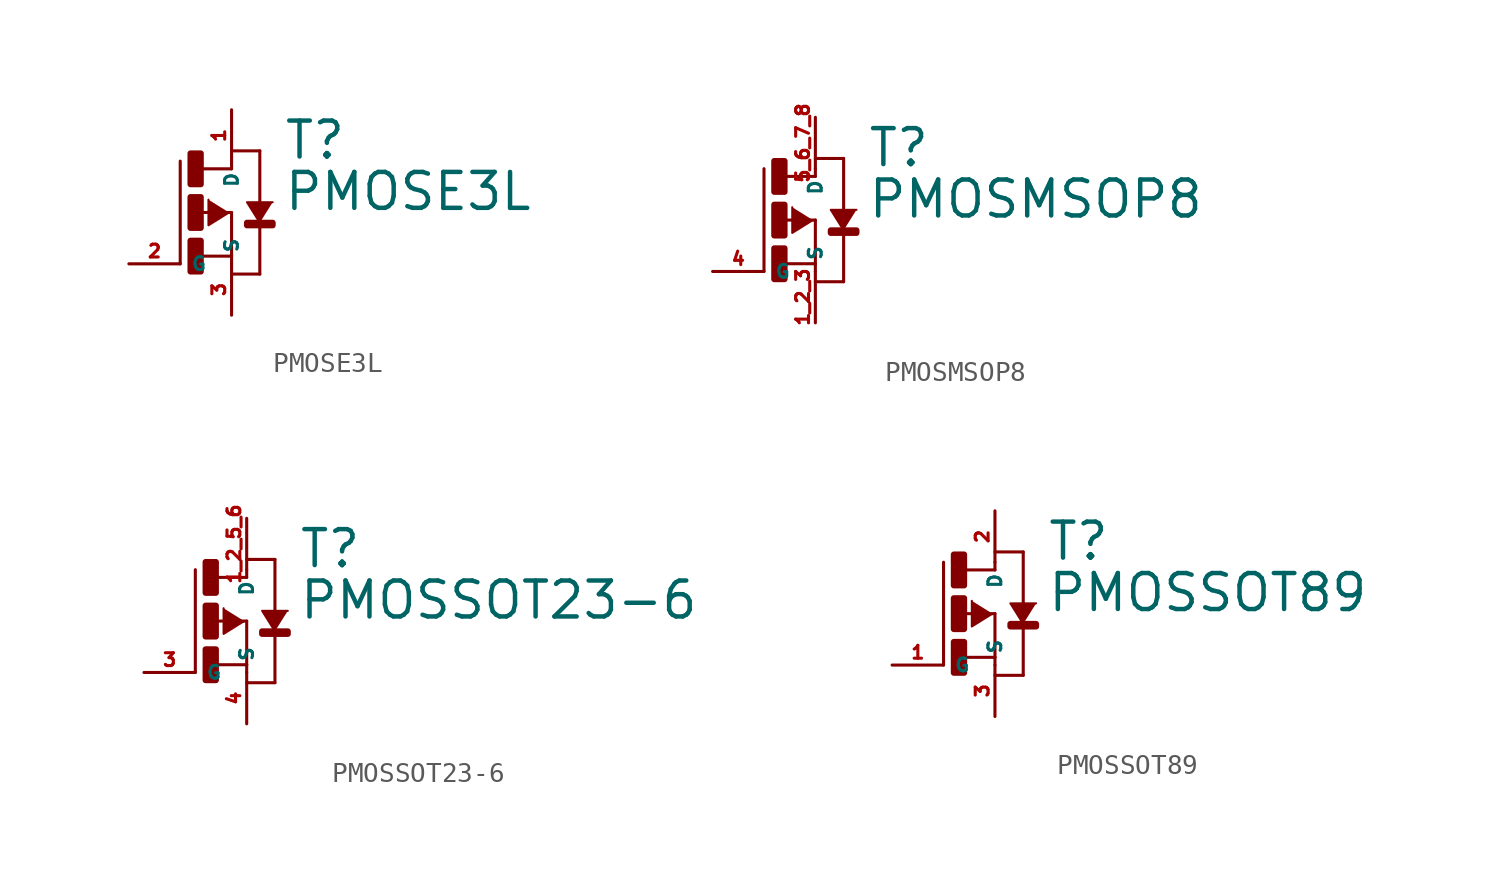
<source format=kicad_sym>
(kicad_symbol_lib
  (version 20220914)
  (generator Eagle2Kicad)
  (symbol "PMOSE3L"
    (property "Reference" "T"
      (at 2.54 2.54 0)
      (effects (font (size 1.778 1.778) (thickness 0.22)) (justify left bottom)))
    (property "Value" "PMOSE3L"
      (at 2.54 0 0)
      (effects (font (size 1.778 1.778) (thickness 0.22)) (justify left bottom)))
    (polyline
      (pts (xy -0.127 0) (xy -1.143 -0.635) (xy -1.143 0.635))
      (stroke (width 0.102) (type default))
      (fill (type outline)))
    (polyline
      (pts (xy 1.397 -0.508) (xy 0.762 0.508) (xy 2.032 0.508))
      (stroke (width 0.102) (type default))
      (fill (type outline)))
    (polyline
      (pts (xy -1.651 0) (xy 0 0))
      (stroke (width 0.152) (type default))
      (fill (type none)))
    (polyline
      (pts (xy -1.524 -2.159) (xy 0 -2.159))
      (stroke (width 0.152) (type default))
      (fill (type none)))
    (polyline
      (pts (xy -2.54 -2.54) (xy -2.54 2.54))
      (stroke (width 0.152) (type default))
      (fill (type none)))
    (polyline
      (pts (xy 0 0) (xy 0 -2.159))
      (stroke (width 0.152) (type default))
      (fill (type none)))
    (polyline
      (pts (xy 1.397 -0.508) (xy 1.397 -3.048))
      (stroke (width 0.152) (type default))
      (fill (type none)))
    (polyline
      (pts (xy 1.397 -3.048) (xy 0 -3.048))
      (stroke (width 0.152) (type default))
      (fill (type none)))
    (polyline
      (pts (xy -1.524 2.159) (xy 0 2.159))
      (stroke (width 0.152) (type default))
      (fill (type none)))
    (polyline
      (pts (xy 0 2.159) (xy 0 2.54))
      (stroke (width 0.152) (type default))
      (fill (type none)))
    (polyline
      (pts (xy 0 3.048) (xy 1.397 3.048))
      (stroke (width 0.152) (type default))
      (fill (type none)))
    (polyline
      (pts (xy 1.397 3.048) (xy 1.397 0.381))
      (stroke (width 0.152) (type default))
      (fill (type none)))
    (polyline
      (pts (xy 0 -2.159) (xy 0 -2.54))
      (stroke (width 0.152) (type default))
      (fill (type none)))
    (rectangle
      (start -2.032 1.397)
      (end -1.524 2.921)
      (stroke (width 0.3) (type default))
      (fill (type outline)))
    (rectangle
      (start -2.032 -0.762)
      (end -1.524 0.762)
      (stroke (width 0.3) (type default))
      (fill (type outline)))
    (rectangle
      (start -2.032 -2.921)
      (end -1.524 -1.397)
      (stroke (width 0.3) (type default))
      (fill (type outline)))
    (rectangle
      (start 0.762 -0.635)
      (end 2.032 -0.508)
      (stroke (width 0.3) (type default))
      (fill (type outline)))
    (pin passive line
      (at 0 5.08 270)
      (length 2.54)
      (name "D" (effects (font (size 0.635 0.635) (thickness 0.08)) (justify left bottom)))
      (number "1" (effects (font (size 0.635 0.635) (thickness 0.08)) (justify left bottom))))
    (pin passive line
      (at 0 -5.08 90)
      (length 2.54)
      (name "S" (effects (font (size 0.635 0.635) (thickness 0.08)) (justify left bottom)))
      (number "3" (effects (font (size 0.635 0.635) (thickness 0.08)) (justify left bottom))))
    (pin passive line
      (at -5.08 -2.54 0)
      (length 2.54)
      (name "G" (effects (font (size 0.635 0.635) (thickness 0.08)) (justify left bottom)))
      (number "2" (effects (font (size 0.635 0.635) (thickness 0.08)) (justify left bottom)))))
  (symbol "PMOSMSOP8"
    (property "Reference" "T"
      (at 2.54 2.54 0)
      (effects (font (size 1.778 1.778) (thickness 0.22)) (justify left bottom)))
    (property "Value" "PMOSMSOP8"
      (at 2.54 0 0)
      (effects (font (size 1.778 1.778) (thickness 0.22)) (justify left bottom)))
    (polyline
      (pts (xy -0.127 0) (xy -1.143 -0.635) (xy -1.143 0.635))
      (stroke (width 0.102) (type default))
      (fill (type outline)))
    (polyline
      (pts (xy 1.397 -0.508) (xy 0.762 0.508) (xy 2.032 0.508))
      (stroke (width 0.102) (type default))
      (fill (type outline)))
    (polyline
      (pts (xy -1.651 0) (xy 0 0))
      (stroke (width 0.152) (type default))
      (fill (type none)))
    (polyline
      (pts (xy -1.524 -2.159) (xy 0 -2.159))
      (stroke (width 0.152) (type default))
      (fill (type none)))
    (polyline
      (pts (xy -2.54 -2.54) (xy -2.54 2.54))
      (stroke (width 0.152) (type default))
      (fill (type none)))
    (polyline
      (pts (xy 0 0) (xy 0 -2.159))
      (stroke (width 0.152) (type default))
      (fill (type none)))
    (polyline
      (pts (xy 1.397 -0.508) (xy 1.397 -3.048))
      (stroke (width 0.152) (type default))
      (fill (type none)))
    (polyline
      (pts (xy 1.397 -3.048) (xy 0 -3.048))
      (stroke (width 0.152) (type default))
      (fill (type none)))
    (polyline
      (pts (xy -1.524 2.159) (xy 0 2.159))
      (stroke (width 0.152) (type default))
      (fill (type none)))
    (polyline
      (pts (xy 0 2.159) (xy 0 2.54))
      (stroke (width 0.152) (type default))
      (fill (type none)))
    (polyline
      (pts (xy 0 3.048) (xy 1.397 3.048))
      (stroke (width 0.152) (type default))
      (fill (type none)))
    (polyline
      (pts (xy 1.397 3.048) (xy 1.397 0.381))
      (stroke (width 0.152) (type default))
      (fill (type none)))
    (polyline
      (pts (xy 0 -2.159) (xy 0 -2.54))
      (stroke (width 0.152) (type default))
      (fill (type none)))
    (rectangle
      (start -2.032 1.397)
      (end -1.524 2.921)
      (stroke (width 0.3) (type default))
      (fill (type outline)))
    (rectangle
      (start -2.032 -0.762)
      (end -1.524 0.762)
      (stroke (width 0.3) (type default))
      (fill (type outline)))
    (rectangle
      (start -2.032 -2.921)
      (end -1.524 -1.397)
      (stroke (width 0.3) (type default))
      (fill (type outline)))
    (rectangle
      (start 0.762 -0.635)
      (end 2.032 -0.508)
      (stroke (width 0.3) (type default))
      (fill (type outline)))
    (pin passive line
      (at 0 5.08 270)
      (length 2.54)
      (name "D" (effects (font (size 0.635 0.635) (thickness 0.08)) (justify left bottom)))
      (number "5 6 7 8" (effects (font (size 0.635 0.635) (thickness 0.08)) (justify left bottom))))
    (pin passive line
      (at 0 -5.08 90)
      (length 2.54)
      (name "S" (effects (font (size 0.635 0.635) (thickness 0.08)) (justify left bottom)))
      (number "1 2 3" (effects (font (size 0.635 0.635) (thickness 0.08)) (justify left bottom))))
    (pin passive line
      (at -5.08 -2.54 0)
      (length 2.54)
      (name "G" (effects (font (size 0.635 0.635) (thickness 0.08)) (justify left bottom)))
      (number "4" (effects (font (size 0.635 0.635) (thickness 0.08)) (justify left bottom)))))
  (symbol "PMOSSOT23-6"
    (property "Reference" "T"
      (at 2.54 2.54 0)
      (effects (font (size 1.778 1.778) (thickness 0.22)) (justify left bottom)))
    (property "Value" "PMOSSOT23-6"
      (at 2.54 0 0)
      (effects (font (size 1.778 1.778) (thickness 0.22)) (justify left bottom)))
    (polyline
      (pts (xy -0.127 0) (xy -1.143 -0.635) (xy -1.143 0.635))
      (stroke (width 0.102) (type default))
      (fill (type outline)))
    (polyline
      (pts (xy 1.397 -0.508) (xy 0.762 0.508) (xy 2.032 0.508))
      (stroke (width 0.102) (type default))
      (fill (type outline)))
    (polyline
      (pts (xy -1.651 0) (xy 0 0))
      (stroke (width 0.152) (type default))
      (fill (type none)))
    (polyline
      (pts (xy -1.524 -2.159) (xy 0 -2.159))
      (stroke (width 0.152) (type default))
      (fill (type none)))
    (polyline
      (pts (xy -2.54 -2.54) (xy -2.54 2.54))
      (stroke (width 0.152) (type default))
      (fill (type none)))
    (polyline
      (pts (xy 0 0) (xy 0 -2.159))
      (stroke (width 0.152) (type default))
      (fill (type none)))
    (polyline
      (pts (xy 1.397 -0.508) (xy 1.397 -3.048))
      (stroke (width 0.152) (type default))
      (fill (type none)))
    (polyline
      (pts (xy 1.397 -3.048) (xy 0 -3.048))
      (stroke (width 0.152) (type default))
      (fill (type none)))
    (polyline
      (pts (xy -1.524 2.159) (xy 0 2.159))
      (stroke (width 0.152) (type default))
      (fill (type none)))
    (polyline
      (pts (xy 0 2.159) (xy 0 2.54))
      (stroke (width 0.152) (type default))
      (fill (type none)))
    (polyline
      (pts (xy 0 3.048) (xy 1.397 3.048))
      (stroke (width 0.152) (type default))
      (fill (type none)))
    (polyline
      (pts (xy 1.397 3.048) (xy 1.397 0.381))
      (stroke (width 0.152) (type default))
      (fill (type none)))
    (polyline
      (pts (xy 0 -2.159) (xy 0 -2.54))
      (stroke (width 0.152) (type default))
      (fill (type none)))
    (rectangle
      (start -2.032 1.397)
      (end -1.524 2.921)
      (stroke (width 0.3) (type default))
      (fill (type outline)))
    (rectangle
      (start -2.032 -0.762)
      (end -1.524 0.762)
      (stroke (width 0.3) (type default))
      (fill (type outline)))
    (rectangle
      (start -2.032 -2.921)
      (end -1.524 -1.397)
      (stroke (width 0.3) (type default))
      (fill (type outline)))
    (rectangle
      (start 0.762 -0.635)
      (end 2.032 -0.508)
      (stroke (width 0.3) (type default))
      (fill (type outline)))
    (pin passive line
      (at 0 5.08 270)
      (length 2.54)
      (name "D" (effects (font (size 0.635 0.635) (thickness 0.08)) (justify left bottom)))
      (number "1 2 5 6" (effects (font (size 0.635 0.635) (thickness 0.08)) (justify left bottom))))
    (pin passive line
      (at 0 -5.08 90)
      (length 2.54)
      (name "S" (effects (font (size 0.635 0.635) (thickness 0.08)) (justify left bottom)))
      (number "4" (effects (font (size 0.635 0.635) (thickness 0.08)) (justify left bottom))))
    (pin passive line
      (at -5.08 -2.54 0)
      (length 2.54)
      (name "G" (effects (font (size 0.635 0.635) (thickness 0.08)) (justify left bottom)))
      (number "3" (effects (font (size 0.635 0.635) (thickness 0.08)) (justify left bottom)))))
  (symbol "PMOSSOT89"
    (property "Reference" "T"
      (at 2.54 2.54 0)
      (effects (font (size 1.778 1.778) (thickness 0.22)) (justify left bottom)))
    (property "Value" "PMOSSOT89"
      (at 2.54 0 0)
      (effects (font (size 1.778 1.778) (thickness 0.22)) (justify left bottom)))
    (polyline
      (pts (xy -0.127 0) (xy -1.143 -0.635) (xy -1.143 0.635))
      (stroke (width 0.102) (type default))
      (fill (type outline)))
    (polyline
      (pts (xy 1.397 -0.508) (xy 0.762 0.508) (xy 2.032 0.508))
      (stroke (width 0.102) (type default))
      (fill (type outline)))
    (polyline
      (pts (xy -1.651 0) (xy 0 0))
      (stroke (width 0.152) (type default))
      (fill (type none)))
    (polyline
      (pts (xy -1.524 -2.159) (xy 0 -2.159))
      (stroke (width 0.152) (type default))
      (fill (type none)))
    (polyline
      (pts (xy -2.54 -2.54) (xy -2.54 2.54))
      (stroke (width 0.152) (type default))
      (fill (type none)))
    (polyline
      (pts (xy 0 0) (xy 0 -2.159))
      (stroke (width 0.152) (type default))
      (fill (type none)))
    (polyline
      (pts (xy 1.397 -0.508) (xy 1.397 -3.048))
      (stroke (width 0.152) (type default))
      (fill (type none)))
    (polyline
      (pts (xy 1.397 -3.048) (xy 0 -3.048))
      (stroke (width 0.152) (type default))
      (fill (type none)))
    (polyline
      (pts (xy -1.524 2.159) (xy 0 2.159))
      (stroke (width 0.152) (type default))
      (fill (type none)))
    (polyline
      (pts (xy 0 2.159) (xy 0 2.54))
      (stroke (width 0.152) (type default))
      (fill (type none)))
    (polyline
      (pts (xy 0 3.048) (xy 1.397 3.048))
      (stroke (width 0.152) (type default))
      (fill (type none)))
    (polyline
      (pts (xy 1.397 3.048) (xy 1.397 0.381))
      (stroke (width 0.152) (type default))
      (fill (type none)))
    (polyline
      (pts (xy 0 -2.159) (xy 0 -2.54))
      (stroke (width 0.152) (type default))
      (fill (type none)))
    (rectangle
      (start -2.032 1.397)
      (end -1.524 2.921)
      (stroke (width 0.3) (type default))
      (fill (type outline)))
    (rectangle
      (start -2.032 -0.762)
      (end -1.524 0.762)
      (stroke (width 0.3) (type default))
      (fill (type outline)))
    (rectangle
      (start -2.032 -2.921)
      (end -1.524 -1.397)
      (stroke (width 0.3) (type default))
      (fill (type outline)))
    (rectangle
      (start 0.762 -0.635)
      (end 2.032 -0.508)
      (stroke (width 0.3) (type default))
      (fill (type outline)))
    (pin passive line
      (at 0 5.08 270)
      (length 2.54)
      (name "D" (effects (font (size 0.635 0.635) (thickness 0.08)) (justify left bottom)))
      (number "2" (effects (font (size 0.635 0.635) (thickness 0.08)) (justify left bottom))))
    (pin passive line
      (at 0 -5.08 90)
      (length 2.54)
      (name "S" (effects (font (size 0.635 0.635) (thickness 0.08)) (justify left bottom)))
      (number "3" (effects (font (size 0.635 0.635) (thickness 0.08)) (justify left bottom))))
    (pin passive line
      (at -5.08 -2.54 0)
      (length 2.54)
      (name "G" (effects (font (size 0.635 0.635) (thickness 0.08)) (justify left bottom)))
      (number "1" (effects (font (size 0.635 0.635) (thickness 0.08)) (justify left bottom))))))
</source>
